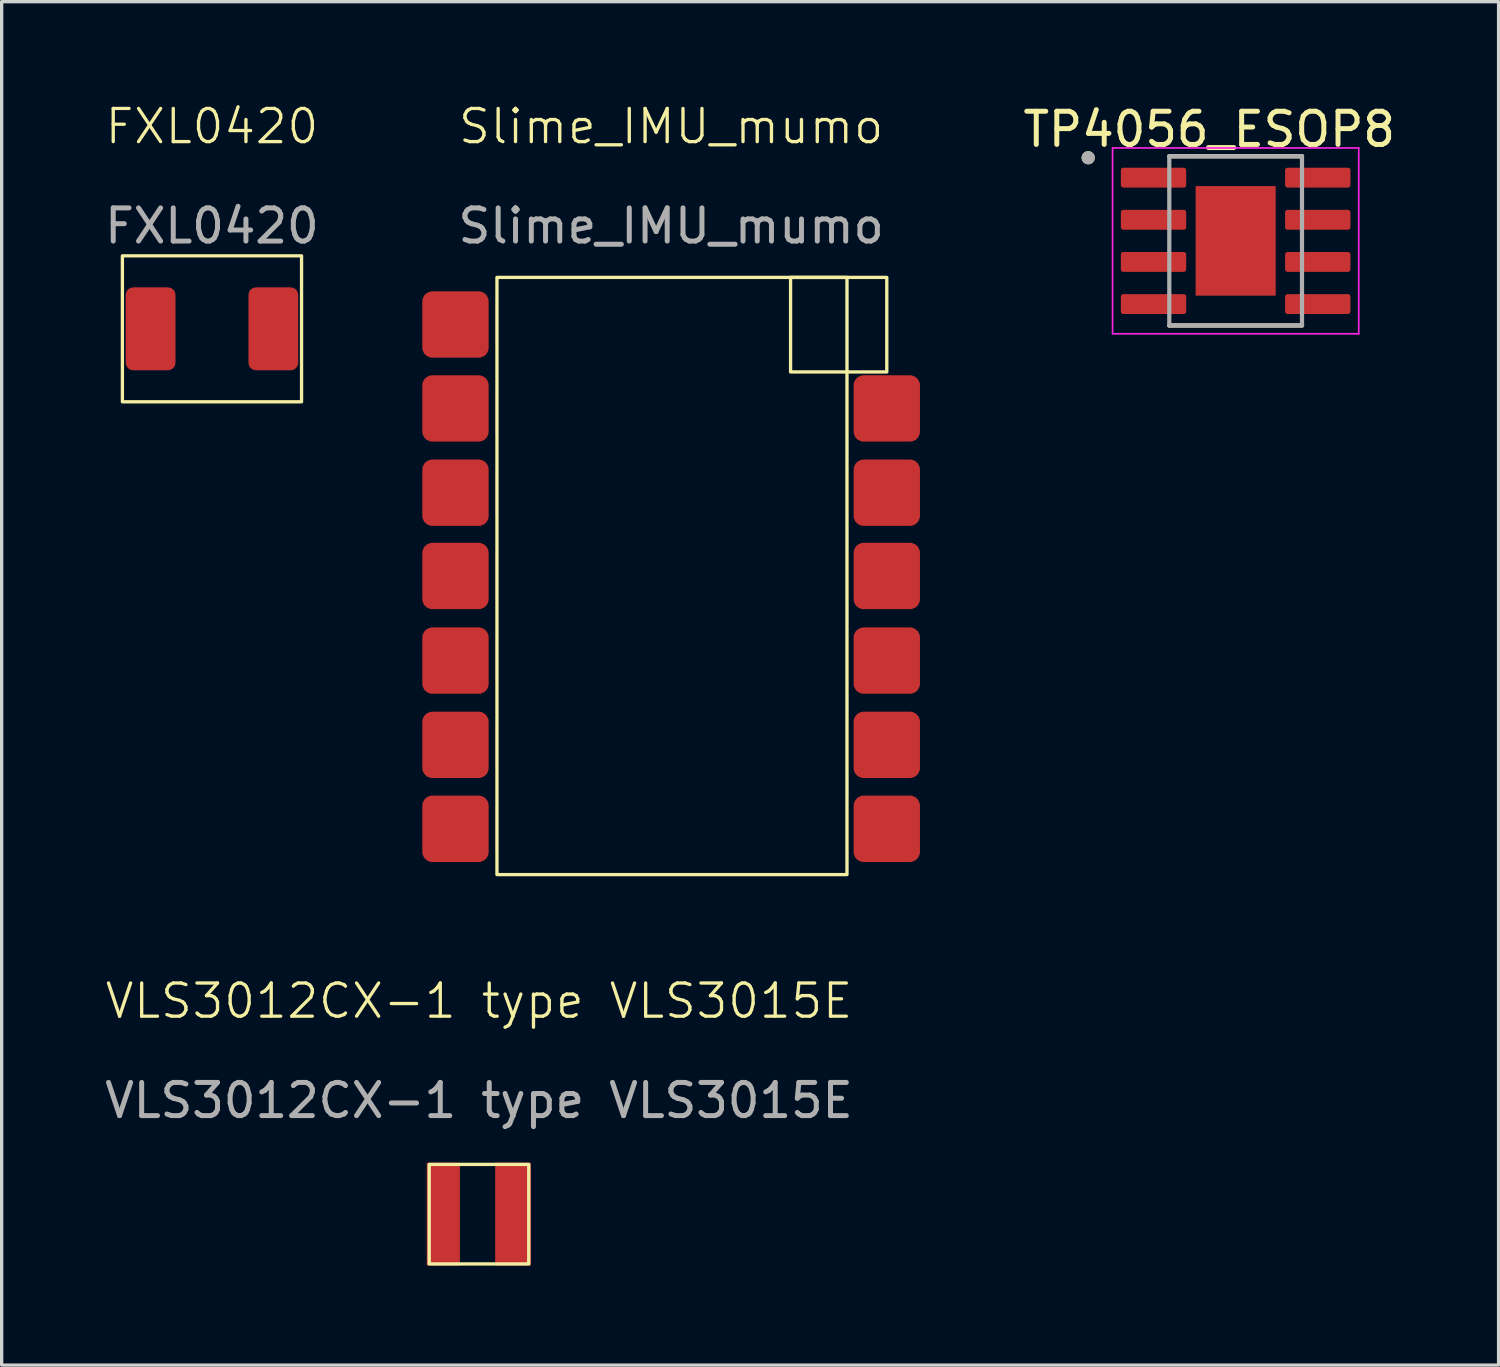
<source format=kicad_pcb>
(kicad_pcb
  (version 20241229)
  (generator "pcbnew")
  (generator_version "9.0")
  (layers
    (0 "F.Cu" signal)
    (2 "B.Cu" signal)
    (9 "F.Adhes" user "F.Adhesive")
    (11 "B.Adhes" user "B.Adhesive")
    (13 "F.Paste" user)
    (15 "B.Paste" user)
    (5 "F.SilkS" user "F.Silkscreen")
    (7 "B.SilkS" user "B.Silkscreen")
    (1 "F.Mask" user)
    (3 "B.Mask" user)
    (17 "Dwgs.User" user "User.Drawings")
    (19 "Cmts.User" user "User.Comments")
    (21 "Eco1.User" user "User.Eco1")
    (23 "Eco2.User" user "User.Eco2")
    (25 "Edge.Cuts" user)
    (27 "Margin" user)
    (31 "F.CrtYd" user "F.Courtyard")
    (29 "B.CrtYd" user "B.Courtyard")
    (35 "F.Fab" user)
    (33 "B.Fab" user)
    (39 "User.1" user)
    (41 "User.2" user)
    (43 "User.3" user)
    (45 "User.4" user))
  (footprint "TP4056_ESOP8"
    (layer "F.Cu")
    (at 34.194 4.21)
    (property "Reference" "TP4056_ESOP8" (at -0.795 -3.362 0) (layer "F.SilkS") (effects (font (size 1 1) (thickness 0.15))))
    (attr smd)
    (fp_line (start -2 -2.55) (end 2 -2.55) (stroke (width 0.127) (type solid)) (layer "F.SilkS"))
    (fp_line (start -2 2.55) (end 2 2.55) (stroke (width 0.127) (type solid)) (layer "F.SilkS"))
    (fp_circle (center -4.445 -2.505) (end -4.345 -2.505) (stroke (width 0.2) (type solid)) (fill no) (layer "F.SilkS"))
    (fp_poly (pts (xy -0.645 -0.82) (xy 0.645 -0.82) (xy 0.645 0.82) (xy -0.645 0.82)) (stroke (width 0.01) (type solid)) (fill yes) (layer "F.Paste"))
    (fp_line (start -3.71 -2.8) (end -3.71 2.8) (stroke (width 0.05) (type solid)) (layer "F.CrtYd"))
    (fp_line (start -3.71 -2.8) (end 3.71 -2.8) (stroke (width 0.05) (type solid)) (layer "F.CrtYd"))
    (fp_line (start -3.71 2.8) (end 3.71 2.8) (stroke (width 0.05) (type solid)) (layer "F.CrtYd"))
    (fp_line (start 3.71 -2.8) (end 3.71 2.8) (stroke (width 0.05) (type solid)) (layer "F.CrtYd"))
    (fp_line (start -2 -2.55) (end -2 2.55) (stroke (width 0.127) (type solid)) (layer "F.Fab"))
    (fp_line (start -2 -2.55) (end 2 -2.55) (stroke (width 0.127) (type solid)) (layer "F.Fab"))
    (fp_line (start -2 2.55) (end 2 2.55) (stroke (width 0.127) (type solid)) (layer "F.Fab"))
    (fp_line (start 2 -2.55) (end 2 2.55) (stroke (width 0.127) (type solid)) (layer "F.Fab"))
    (fp_circle (center -4.445 -2.505) (end -4.345 -2.505) (stroke (width 0.2) (type solid)) (fill no) (layer "F.Fab"))
    (pad "1" smd roundrect (at -2.475 -1.905) (size 1.97 0.6) (layers "F.Cu" "F.Mask" "F.Paste") (roundrect_rratio 0.125))
    (pad "2" smd roundrect (at -2.475 -0.635) (size 1.97 0.6) (layers "F.Cu" "F.Mask" "F.Paste") (roundrect_rratio 0.125))
    (pad "3" smd roundrect (at -2.475 0.635) (size 1.97 0.6) (layers "F.Cu" "F.Mask" "F.Paste") (roundrect_rratio 0.125))
    (pad "4" smd roundrect (at -2.475 1.905) (size 1.97 0.6) (layers "F.Cu" "F.Mask" "F.Paste") (roundrect_rratio 0.125))
    (pad "5" smd roundrect (at 2.475 1.905) (size 1.97 0.6) (layers "F.Cu" "F.Mask" "F.Paste") (roundrect_rratio 0.125))
    (pad "6" smd roundrect (at 2.475 0.635) (size 1.97 0.6) (layers "F.Cu" "F.Mask" "F.Paste") (roundrect_rratio 0.125))
    (pad "7" smd roundrect (at 2.475 -0.635) (size 1.97 0.6) (layers "F.Cu" "F.Mask" "F.Paste") (roundrect_rratio 0.125))
    (pad "8" smd roundrect (at 2.475 -1.905) (size 1.97 0.6) (layers "F.Cu" "F.Mask" "F.Paste") (roundrect_rratio 0.125))
    (pad "9" smd rect (at 0 0) (size 2.413 3.302) (layers "F.Cu" "F.Mask")))
  (footprint "Slime_IMU_mumo"
    (layer "F.Cu")
    (at 17.279 14.411)
    (property "Reference" "Slime_IMU_mumo" (at -0.1 -13.65 0) (unlocked yes) (layer "F.SilkS") (effects (font (size 1 1) (thickness 0.1))))
    (attr smd)
    (fp_rect (start -5.35 -9.1) (end 5.2 8.9) (stroke (width 0.1) (type solid)) (fill no) (layer "F.SilkS"))
    (fp_rect (start 3.5 -9.1) (end 6.4 -6.25) (stroke (width 0.1) (type default)) (fill no) (layer "F.SilkS"))
    (fp_text user "${REFERENCE}" (at -0.1 -10.65 0) (unlocked yes) (layer "F.Fab") (effects (font (size 1 1) (thickness 0.15))))
    (pad "1" smd roundrect (at -6.6 -7.68) (size 2 2) (layers "F.Cu" "F.Mask" "F.Paste") (roundrect_rratio 0.15))
    (pad "2" smd roundrect (at -6.6 -5.15) (size 2 2) (layers "F.Cu" "F.Mask" "F.Paste") (roundrect_rratio 0.15))
    (pad "3" smd roundrect (at -6.6 -2.61) (size 2 2) (layers "F.Cu" "F.Mask" "F.Paste") (roundrect_rratio 0.15))
    (pad "4" smd roundrect (at -6.6 -0.1) (size 2 2) (layers "F.Cu" "F.Mask" "F.Paste") (roundrect_rratio 0.15))
    (pad "5" smd roundrect (at -6.6 2.45) (size 2 2) (layers "F.Cu" "F.Mask" "F.Paste") (roundrect_rratio 0.15))
    (pad "6" smd roundrect (at -6.6 4.99) (size 2 2) (layers "F.Cu" "F.Mask" "F.Paste") (roundrect_rratio 0.15))
    (pad "7" smd roundrect (at -6.6 7.52) (size 2 2) (layers "F.Cu" "F.Mask" "F.Paste") (roundrect_rratio 0.15))
    (pad "8" smd roundrect (at 6.4 7.52) (size 2 2) (layers "F.Cu" "F.Mask" "F.Paste") (roundrect_rratio 0.15))
    (pad "9" smd roundrect (at 6.4 4.99) (size 2 2) (layers "F.Cu" "F.Mask" "F.Paste") (roundrect_rratio 0.15))
    (pad "10" smd roundrect (at 6.4 2.45) (size 2 2) (layers "F.Cu" "F.Mask" "F.Paste") (roundrect_rratio 0.15))
    (pad "11" smd roundrect (at 6.4 -0.1) (size 2 2) (layers "F.Cu" "F.Mask" "F.Paste") (roundrect_rratio 0.15))
    (pad "12" smd roundrect (at 6.4 -2.61) (size 2 2) (layers "F.Cu" "F.Mask" "F.Paste") (roundrect_rratio 0.15))
    (pad "13" smd roundrect (at 6.4 -5.15) (size 2 2) (layers "F.Cu" "F.Mask" "F.Paste") (roundrect_rratio 0.15)))
  (footprint "FXL0420"
    (layer "F.Cu")
    (at 3.339 6.861)
    (property "Reference" "FXL0420" (at 0 -6.1 0) (unlocked yes) (layer "F.SilkS") (effects (font (size 1 1) (thickness 0.1))))
    (attr smd)
    (fp_rect (start -2.7 -2.2) (end 2.7 2.2) (stroke (width 0.1) (type solid)) (fill no) (layer "F.SilkS"))
    (fp_text user "${REFERENCE}" (at 0 -3.1 0) (unlocked yes) (layer "F.Fab") (effects (font (size 1 1) (thickness 0.15))))
    (pad "1" smd roundrect (at 1.85 0 90) (size 2.5 1.5) (layers "F.Cu" "F.Mask" "F.Paste") (roundrect_rratio 0.15))
    (pad "2" smd roundrect (at -1.85 0 270) (size 2.5 1.5) (layers "F.Cu" "F.Mask" "F.Paste") (roundrect_rratio 0.15)))
  (footprint "VLS3012CX-1 type VLS3015E"
    (layer "F.Cu")
    (at 11.387 27.621)
    (property "Reference" "VLS3012CX-1 type VLS3015E" (at 0 -0.5 0) (unlocked yes) (layer "F.SilkS") (effects (font (size 1 1) (thickness 0.1))))
    (attr smd)
    (fp_rect (start -1.5 4.425) (end 1.5 7.425) (stroke (width 0.1) (type solid)) (fill no) (layer "F.SilkS"))
    (fp_text user "${REFERENCE}" (at 0 2.5 0) (unlocked yes) (layer "F.Fab") (effects (font (size 1 1) (thickness 0.15))))
    (pad "1" smd rect (at -1.075 5.925 90) (size 3.1 1) (layers "F.Cu" "F.Mask" "F.Paste"))
    (pad "2" smd rect (at 1.025 5.925 90) (size 3.1 1.075) (layers "F.Cu" "F.Mask" "F.Paste")))
  (gr_rect
    (start -3 -3)
    (end 42.119 38.096)
    (stroke (width 0.1) (type default))
    (fill no)
    (layer "Edge.Cuts")))
</source>
